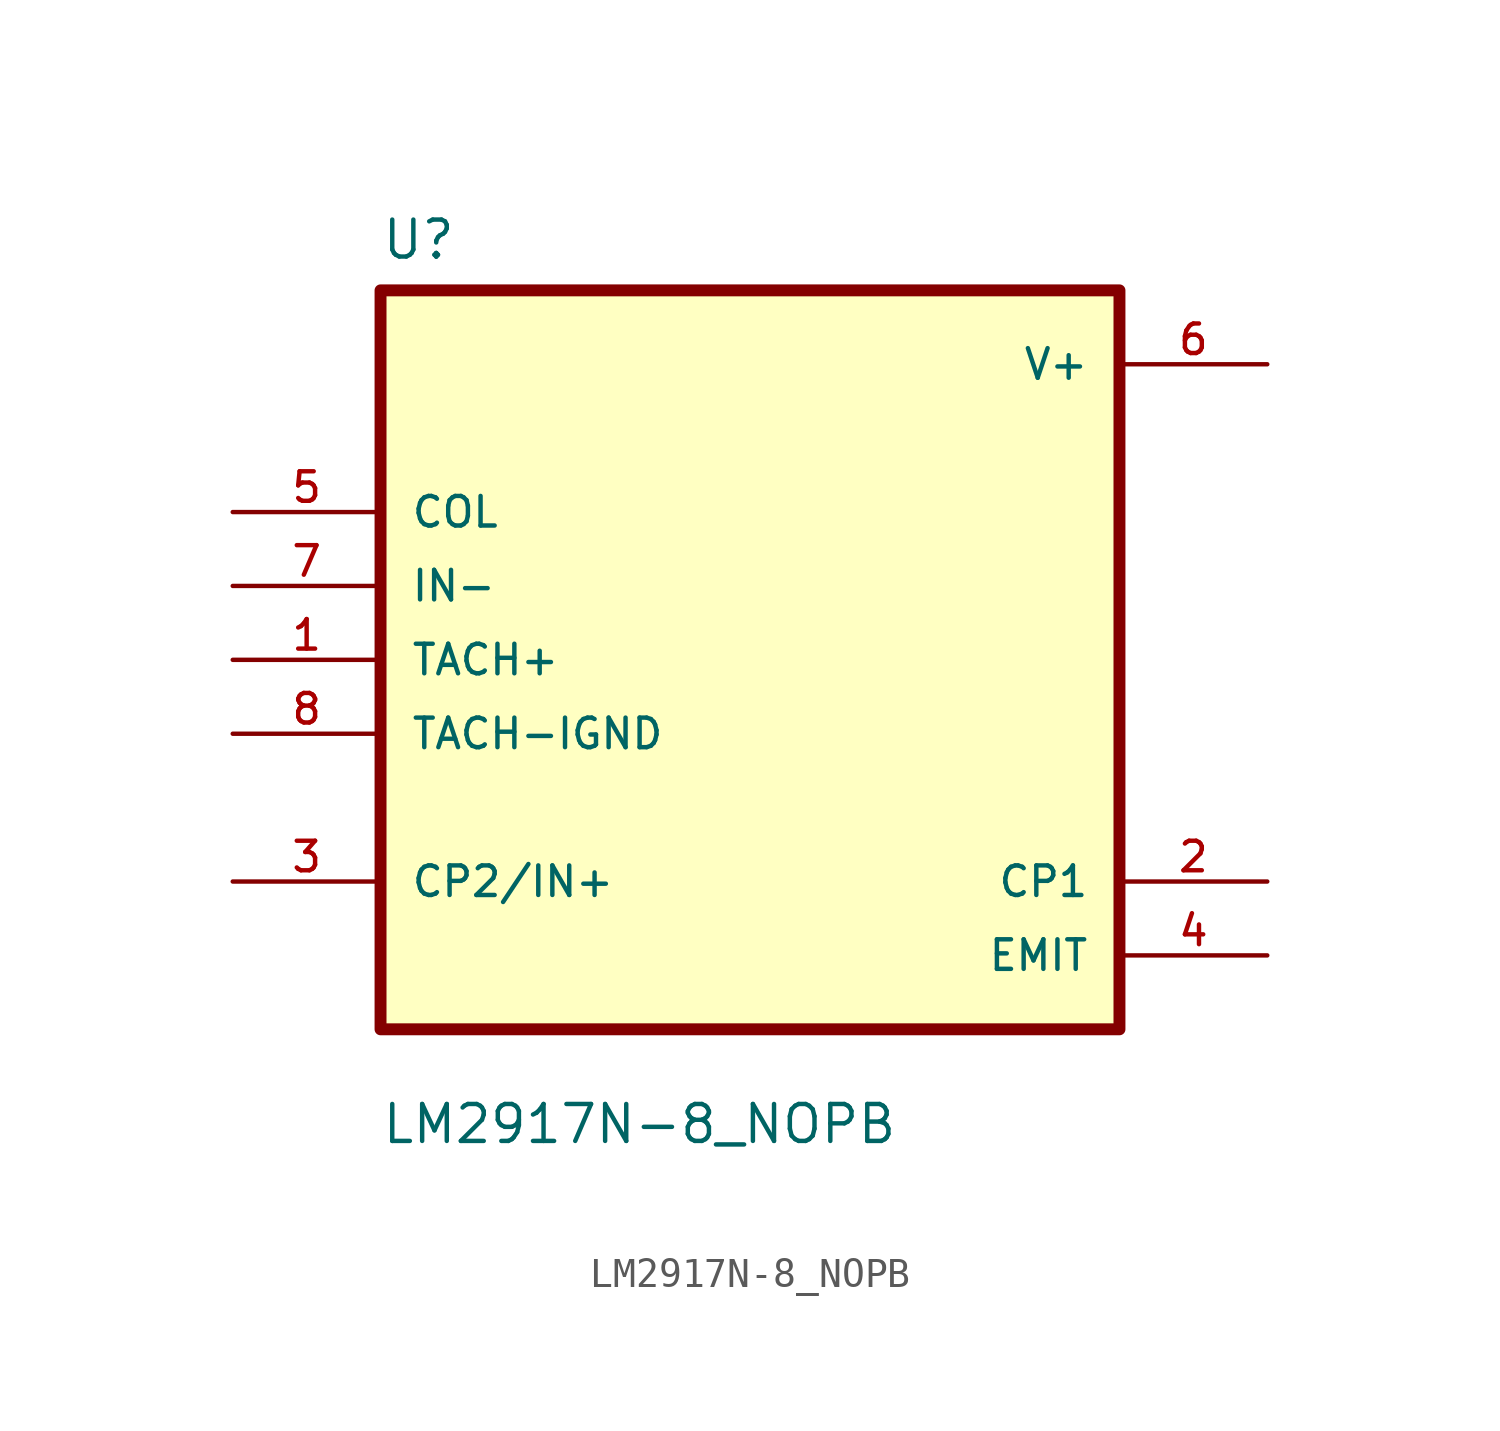
<source format=kicad_sym>
(kicad_symbol_lib
  (version 20211014)
  (generator kicad_symbol_editor)
  (symbol "LM2917N-8_NOPB"
    (pin_names
      (offset 1.016))
    (property "Reference" "U"
      (at -12.7 13.7 0.0)
      (effects (font (size 1.27 1.27)) (justify bottom left)))
    (property "Value" "LM2917N-8_NOPB"
      (at -12.7 -16.7 0.0)
      (effects (font (size 1.27 1.27)) (justify bottom left)))
    (symbol "LM2917N-8_NOPB_0_0"
      (rectangle (start -12.7 -12.7) (end 12.7 12.7) (stroke (width 0.41)) (fill (type background)))
      (pin input line (at -17.78 5.08 0) (length 5.08) (name "COL" (effects (font (size 1.016 1.016)))) (number "5" (effects (font (size 1.016 1.016)))))
      (pin input line (at -17.78 2.54 0) (length 5.08) (name "IN-" (effects (font (size 1.016 1.016)))) (number "7" (effects (font (size 1.016 1.016)))))
      (pin input line (at -17.78 -8.88178e-16 0) (length 5.08) (name "TACH+" (effects (font (size 1.016 1.016)))) (number "1" (effects (font (size 1.016 1.016)))))
      (pin input line (at -17.78 -2.54 0) (length 5.08) (name "TACH-IGND" (effects (font (size 1.016 1.016)))) (number "8" (effects (font (size 1.016 1.016)))))
      (pin bidirectional line (at -17.78 -7.62 0) (length 5.08) (name "CP2/IN+" (effects (font (size 1.016 1.016)))) (number "3" (effects (font (size 1.016 1.016)))))
      (pin power_in line (at 17.78 10.16 180.0) (length 5.08) (name "V+" (effects (font (size 1.016 1.016)))) (number "6" (effects (font (size 1.016 1.016)))))
      (pin output line (at 17.78 -7.62 180.0) (length 5.08) (name "CP1" (effects (font (size 1.016 1.016)))) (number "2" (effects (font (size 1.016 1.016)))))
      (pin output line (at 17.78 -10.16 180.0) (length 5.08) (name "EMIT" (effects (font (size 1.016 1.016)))) (number "4" (effects (font (size 1.016 1.016))))))))
</source>
